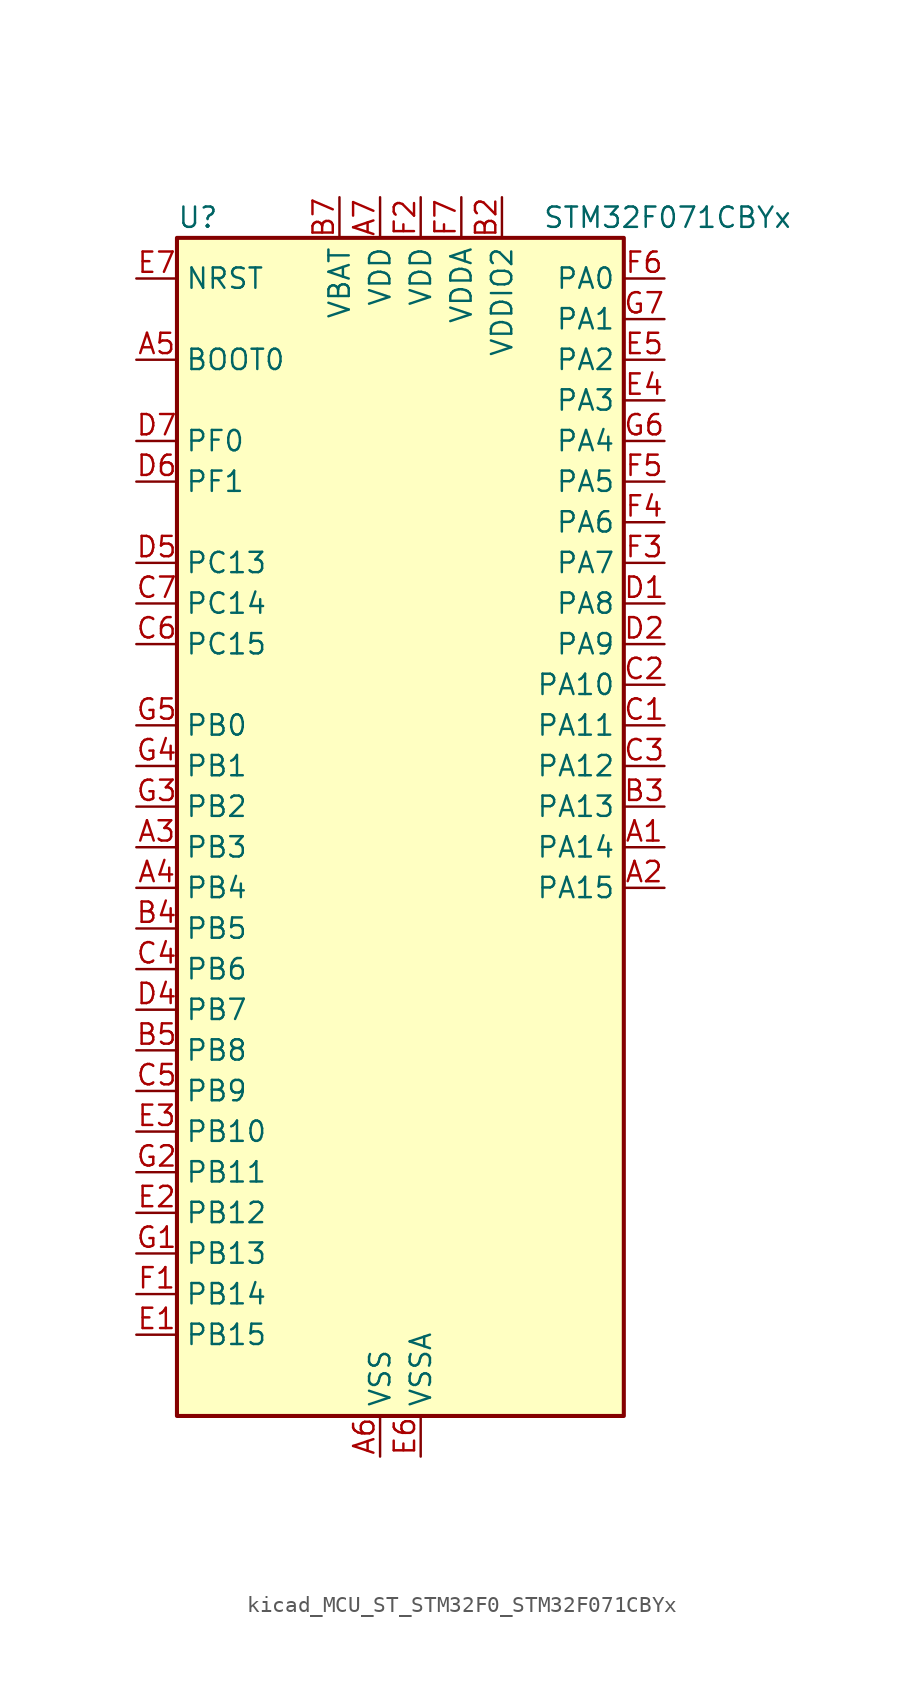
<source format=kicad_sym>
(kicad_symbol_lib
  (version 20220914)
  (generator kicad_symbol_editor)
  (symbol "kicad_MCU_ST_STM32F0_STM32F071CBYx"
    (property "Reference" "U"
      (at -12.7 39.37 0)
      (effects (font (size 1.27 1.27)) (justify left)))
    (property "Value" "STM32F071CBYx"
      (at 10.16 39.37 0)
      (effects (font (size 1.27 1.27)) (justify left)))
    (property "ki_locked" ""
      (at 0 0 0)
      (effects (font (size 1.27 1.27))))
    (symbol "kicad_MCU_ST_STM32F0_STM32F071CBYx_0_1"
      (rectangle (start -12.7 -35.56) (end 15.24 38.1) (stroke (width 0.254) (type default)) (fill (type background))))
    (symbol "kicad_MCU_ST_STM32F0_STM32F071CBYx_1_1"
      (pin bidirectional line (at 17.78 0 180) (length 2.54) (name "PA14" (effects (font (size 1.27 1.27)))) (number "A1" (effects (font (size 1.27 1.27)))) (alternate "SYS_SWCLK" bidirectional line) (alternate "USART2_TX" bidirectional line))
      (pin bidirectional line (at 17.78 -2.54 180) (length 2.54) (name "PA15" (effects (font (size 1.27 1.27)))) (number "A2" (effects (font (size 1.27 1.27)))) (alternate "I2S1_WS" bidirectional line) (alternate "SPI1_NSS" bidirectional line) (alternate "TIM2_CH1" bidirectional line) (alternate "TIM2_ETR" bidirectional line) (alternate "USART2_RX" bidirectional line) (alternate "USART4_DE" bidirectional line) (alternate "USART4_RTS" bidirectional line))
      (pin bidirectional line (at -15.24 0 0) (length 2.54) (name "PB3" (effects (font (size 1.27 1.27)))) (number "A3" (effects (font (size 1.27 1.27)))) (alternate "I2S1_CK" bidirectional line) (alternate "SPI1_SCK" bidirectional line) (alternate "TIM2_CH2" bidirectional line) (alternate "TSC_G5_IO1" bidirectional line))
      (pin bidirectional line (at -15.24 -2.54 0) (length 2.54) (name "PB4" (effects (font (size 1.27 1.27)))) (number "A4" (effects (font (size 1.27 1.27)))) (alternate "I2S1_MCK" bidirectional line) (alternate "SPI1_MISO" bidirectional line) (alternate "TIM17_BKIN" bidirectional line) (alternate "TIM3_CH1" bidirectional line) (alternate "TSC_G5_IO2" bidirectional line))
      (pin input line (at -15.24 30.48 0) (length 2.54) (name "BOOT0" (effects (font (size 1.27 1.27)))) (number "A5" (effects (font (size 1.27 1.27)))))
      (pin power_in line (at 0 -38.1 90) (length 2.54) (name "VSS" (effects (font (size 1.27 1.27)))) (number "A6" (effects (font (size 1.27 1.27)))))
      (pin power_in line (at 0 40.64 270) (length 2.54) (name "VDD" (effects (font (size 1.27 1.27)))) (number "A7" (effects (font (size 1.27 1.27)))))
      (pin passive line (at 0 -38.1 90) (length 2.54) hide (name "VSS" (effects (font (size 1.27 1.27)))) (number "B1" (effects (font (size 1.27 1.27)))))
      (pin power_in line (at 7.62 40.64 270) (length 2.54) (name "VDDIO2" (effects (font (size 1.27 1.27)))) (number "B2" (effects (font (size 1.27 1.27)))))
      (pin bidirectional line (at 17.78 2.54 180) (length 2.54) (name "PA13" (effects (font (size 1.27 1.27)))) (number "B3" (effects (font (size 1.27 1.27)))) (alternate "IR_OUT" bidirectional line) (alternate "SYS_SWDIO" bidirectional line))
      (pin bidirectional line (at -15.24 -5.08 0) (length 2.54) (name "PB5" (effects (font (size 1.27 1.27)))) (number "B4" (effects (font (size 1.27 1.27)))) (alternate "I2C1_SMBA" bidirectional line) (alternate "I2S1_SD" bidirectional line) (alternate "SPI1_MOSI" bidirectional line) (alternate "SYS_WKUP6" bidirectional line) (alternate "TIM16_BKIN" bidirectional line) (alternate "TIM3_CH2" bidirectional line))
      (pin bidirectional line (at -15.24 -12.7 0) (length 2.54) (name "PB8" (effects (font (size 1.27 1.27)))) (number "B5" (effects (font (size 1.27 1.27)))) (alternate "CEC" bidirectional line) (alternate "I2C1_SCL" bidirectional line) (alternate "TIM16_CH1" bidirectional line) (alternate "TSC_SYNC" bidirectional line))
      (pin no_connect line (at -12.7 -35.56 0) (length 2.54) hide (name "NC" (effects (font (size 1.27 1.27)))) (number "B6" (effects (font (size 1.27 1.27)))))
      (pin power_in line (at -2.54 40.64 270) (length 2.54) (name "VBAT" (effects (font (size 1.27 1.27)))) (number "B7" (effects (font (size 1.27 1.27)))))
      (pin bidirectional line (at 17.78 7.62 180) (length 2.54) (name "PA11" (effects (font (size 1.27 1.27)))) (number "C1" (effects (font (size 1.27 1.27)))) (alternate "COMP1_OUT" bidirectional line) (alternate "TIM1_CH4" bidirectional line) (alternate "TSC_G4_IO3" bidirectional line) (alternate "USART1_CTS" bidirectional line))
      (pin bidirectional line (at 17.78 10.16 180) (length 2.54) (name "PA10" (effects (font (size 1.27 1.27)))) (number "C2" (effects (font (size 1.27 1.27)))) (alternate "TIM17_BKIN" bidirectional line) (alternate "TIM1_CH3" bidirectional line) (alternate "TSC_G4_IO2" bidirectional line) (alternate "USART1_RX" bidirectional line))
      (pin bidirectional line (at 17.78 5.08 180) (length 2.54) (name "PA12" (effects (font (size 1.27 1.27)))) (number "C3" (effects (font (size 1.27 1.27)))) (alternate "COMP2_OUT" bidirectional line) (alternate "TIM1_ETR" bidirectional line) (alternate "TSC_G4_IO4" bidirectional line) (alternate "USART1_DE" bidirectional line) (alternate "USART1_RTS" bidirectional line))
      (pin bidirectional line (at -15.24 -7.62 0) (length 2.54) (name "PB6" (effects (font (size 1.27 1.27)))) (number "C4" (effects (font (size 1.27 1.27)))) (alternate "I2C1_SCL" bidirectional line) (alternate "TIM16_CH1N" bidirectional line) (alternate "TSC_G5_IO3" bidirectional line) (alternate "USART1_TX" bidirectional line))
      (pin bidirectional line (at -15.24 -15.24 0) (length 2.54) (name "PB9" (effects (font (size 1.27 1.27)))) (number "C5" (effects (font (size 1.27 1.27)))) (alternate "DAC_EXTI9" bidirectional line) (alternate "I2C1_SDA" bidirectional line) (alternate "I2S2_WS" bidirectional line) (alternate "IR_OUT" bidirectional line) (alternate "SPI2_NSS" bidirectional line) (alternate "TIM17_CH1" bidirectional line))
      (pin bidirectional line (at -15.24 12.7 0) (length 2.54) (name "PC15" (effects (font (size 1.27 1.27)))) (number "C6" (effects (font (size 1.27 1.27)))) (alternate "RCC_OSC32_OUT" bidirectional line))
      (pin bidirectional line (at -15.24 15.24 0) (length 2.54) (name "PC14" (effects (font (size 1.27 1.27)))) (number "C7" (effects (font (size 1.27 1.27)))) (alternate "RCC_OSC32_IN" bidirectional line))
      (pin bidirectional line (at 17.78 15.24 180) (length 2.54) (name "PA8" (effects (font (size 1.27 1.27)))) (number "D1" (effects (font (size 1.27 1.27)))) (alternate "CRS_SYNC" bidirectional line) (alternate "RCC_MCO" bidirectional line) (alternate "TIM1_CH1" bidirectional line) (alternate "USART1_CK" bidirectional line))
      (pin bidirectional line (at 17.78 12.7 180) (length 2.54) (name "PA9" (effects (font (size 1.27 1.27)))) (number "D2" (effects (font (size 1.27 1.27)))) (alternate "DAC_EXTI9" bidirectional line) (alternate "TIM15_BKIN" bidirectional line) (alternate "TIM1_CH2" bidirectional line) (alternate "TSC_G4_IO1" bidirectional line) (alternate "USART1_TX" bidirectional line))
      (pin passive line (at 0 -38.1 90) (length 2.54) hide (name "VSS" (effects (font (size 1.27 1.27)))) (number "D3" (effects (font (size 1.27 1.27)))))
      (pin bidirectional line (at -15.24 -10.16 0) (length 2.54) (name "PB7" (effects (font (size 1.27 1.27)))) (number "D4" (effects (font (size 1.27 1.27)))) (alternate "I2C1_SDA" bidirectional line) (alternate "TIM17_CH1N" bidirectional line) (alternate "TSC_G5_IO4" bidirectional line) (alternate "USART1_RX" bidirectional line) (alternate "USART4_CTS" bidirectional line))
      (pin bidirectional line (at -15.24 17.78 0) (length 2.54) (name "PC13" (effects (font (size 1.27 1.27)))) (number "D5" (effects (font (size 1.27 1.27)))) (alternate "RTC_OUT_ALARM" bidirectional line) (alternate "RTC_OUT_CALIB" bidirectional line) (alternate "RTC_TAMP1" bidirectional line) (alternate "RTC_TS" bidirectional line) (alternate "SYS_WKUP2" bidirectional line))
      (pin bidirectional line (at -15.24 22.86 0) (length 2.54) (name "PF1" (effects (font (size 1.27 1.27)))) (number "D6" (effects (font (size 1.27 1.27)))) (alternate "RCC_OSC_OUT" bidirectional line))
      (pin bidirectional line (at -15.24 25.4 0) (length 2.54) (name "PF0" (effects (font (size 1.27 1.27)))) (number "D7" (effects (font (size 1.27 1.27)))) (alternate "CRS_SYNC" bidirectional line) (alternate "RCC_OSC_IN" bidirectional line))
      (pin bidirectional line (at -15.24 -30.48 0) (length 2.54) (name "PB15" (effects (font (size 1.27 1.27)))) (number "E1" (effects (font (size 1.27 1.27)))) (alternate "I2S2_SD" bidirectional line) (alternate "RTC_REFIN" bidirectional line) (alternate "SPI2_MOSI" bidirectional line) (alternate "SYS_WKUP7" bidirectional line) (alternate "TIM15_CH1N" bidirectional line) (alternate "TIM15_CH2" bidirectional line) (alternate "TIM1_CH3N" bidirectional line))
      (pin bidirectional line (at -15.24 -22.86 0) (length 2.54) (name "PB12" (effects (font (size 1.27 1.27)))) (number "E2" (effects (font (size 1.27 1.27)))) (alternate "I2S2_WS" bidirectional line) (alternate "SPI2_NSS" bidirectional line) (alternate "TIM15_BKIN" bidirectional line) (alternate "TIM1_BKIN" bidirectional line) (alternate "TSC_G6_IO2" bidirectional line) (alternate "USART3_CK" bidirectional line))
      (pin bidirectional line (at -15.24 -17.78 0) (length 2.54) (name "PB10" (effects (font (size 1.27 1.27)))) (number "E3" (effects (font (size 1.27 1.27)))) (alternate "CEC" bidirectional line) (alternate "I2C2_SCL" bidirectional line) (alternate "I2S2_CK" bidirectional line) (alternate "SPI2_SCK" bidirectional line) (alternate "TIM2_CH3" bidirectional line) (alternate "TSC_SYNC" bidirectional line) (alternate "USART3_TX" bidirectional line))
      (pin bidirectional line (at 17.78 27.94 180) (length 2.54) (name "PA3" (effects (font (size 1.27 1.27)))) (number "E4" (effects (font (size 1.27 1.27)))) (alternate "ADC_IN3" bidirectional line) (alternate "COMP2_INP" bidirectional line) (alternate "TIM15_CH2" bidirectional line) (alternate "TIM2_CH4" bidirectional line) (alternate "TSC_G1_IO4" bidirectional line) (alternate "USART2_RX" bidirectional line))
      (pin bidirectional line (at 17.78 30.48 180) (length 2.54) (name "PA2" (effects (font (size 1.27 1.27)))) (number "E5" (effects (font (size 1.27 1.27)))) (alternate "ADC_IN2" bidirectional line) (alternate "COMP2_INM" bidirectional line) (alternate "COMP2_OUT" bidirectional line) (alternate "SYS_WKUP4" bidirectional line) (alternate "TIM15_CH1" bidirectional line) (alternate "TIM2_CH3" bidirectional line) (alternate "TSC_G1_IO3" bidirectional line) (alternate "USART2_TX" bidirectional line))
      (pin power_in line (at 2.54 -38.1 90) (length 2.54) (name "VSSA" (effects (font (size 1.27 1.27)))) (number "E6" (effects (font (size 1.27 1.27)))))
      (pin input line (at -15.24 35.56 0) (length 2.54) (name "NRST" (effects (font (size 1.27 1.27)))) (number "E7" (effects (font (size 1.27 1.27)))))
      (pin bidirectional line (at -15.24 -27.94 0) (length 2.54) (name "PB14" (effects (font (size 1.27 1.27)))) (number "F1" (effects (font (size 1.27 1.27)))) (alternate "I2C2_SDA" bidirectional line) (alternate "I2S2_MCK" bidirectional line) (alternate "SPI2_MISO" bidirectional line) (alternate "TIM15_CH1" bidirectional line) (alternate "TIM1_CH2N" bidirectional line) (alternate "TSC_G6_IO4" bidirectional line) (alternate "USART3_DE" bidirectional line) (alternate "USART3_RTS" bidirectional line))
      (pin power_in line (at 2.54 40.64 270) (length 2.54) (name "VDD" (effects (font (size 1.27 1.27)))) (number "F2" (effects (font (size 1.27 1.27)))))
      (pin bidirectional line (at 17.78 17.78 180) (length 2.54) (name "PA7" (effects (font (size 1.27 1.27)))) (number "F3" (effects (font (size 1.27 1.27)))) (alternate "ADC_IN7" bidirectional line) (alternate "COMP2_OUT" bidirectional line) (alternate "I2S1_SD" bidirectional line) (alternate "SPI1_MOSI" bidirectional line) (alternate "TIM14_CH1" bidirectional line) (alternate "TIM17_CH1" bidirectional line) (alternate "TIM1_CH1N" bidirectional line) (alternate "TIM3_CH2" bidirectional line) (alternate "TSC_G2_IO4" bidirectional line))
      (pin bidirectional line (at 17.78 20.32 180) (length 2.54) (name "PA6" (effects (font (size 1.27 1.27)))) (number "F4" (effects (font (size 1.27 1.27)))) (alternate "ADC_IN6" bidirectional line) (alternate "COMP1_OUT" bidirectional line) (alternate "I2S1_MCK" bidirectional line) (alternate "SPI1_MISO" bidirectional line) (alternate "TIM16_CH1" bidirectional line) (alternate "TIM1_BKIN" bidirectional line) (alternate "TIM3_CH1" bidirectional line) (alternate "TSC_G2_IO3" bidirectional line) (alternate "USART3_CTS" bidirectional line))
      (pin bidirectional line (at 17.78 22.86 180) (length 2.54) (name "PA5" (effects (font (size 1.27 1.27)))) (number "F5" (effects (font (size 1.27 1.27)))) (alternate "ADC_IN5" bidirectional line) (alternate "CEC" bidirectional line) (alternate "COMP1_INM" bidirectional line) (alternate "COMP2_INM" bidirectional line) (alternate "DAC_OUT2" bidirectional line) (alternate "I2S1_CK" bidirectional line) (alternate "SPI1_SCK" bidirectional line) (alternate "TIM2_CH1" bidirectional line) (alternate "TIM2_ETR" bidirectional line) (alternate "TSC_G2_IO2" bidirectional line))
      (pin bidirectional line (at 17.78 35.56 180) (length 2.54) (name "PA0" (effects (font (size 1.27 1.27)))) (number "F6" (effects (font (size 1.27 1.27)))) (alternate "ADC_IN0" bidirectional line) (alternate "COMP1_INM" bidirectional line) (alternate "COMP1_OUT" bidirectional line) (alternate "RTC_TAMP2" bidirectional line) (alternate "SYS_WKUP1" bidirectional line) (alternate "TIM2_CH1" bidirectional line) (alternate "TIM2_ETR" bidirectional line) (alternate "TSC_G1_IO1" bidirectional line) (alternate "USART2_CTS" bidirectional line) (alternate "USART4_TX" bidirectional line))
      (pin power_in line (at 5.08 40.64 270) (length 2.54) (name "VDDA" (effects (font (size 1.27 1.27)))) (number "F7" (effects (font (size 1.27 1.27)))))
      (pin bidirectional line (at -15.24 -25.4 0) (length 2.54) (name "PB13" (effects (font (size 1.27 1.27)))) (number "G1" (effects (font (size 1.27 1.27)))) (alternate "I2C2_SCL" bidirectional line) (alternate "I2S2_CK" bidirectional line) (alternate "SPI2_SCK" bidirectional line) (alternate "TIM1_CH1N" bidirectional line) (alternate "TSC_G6_IO3" bidirectional line) (alternate "USART3_CTS" bidirectional line))
      (pin bidirectional line (at -15.24 -20.32 0) (length 2.54) (name "PB11" (effects (font (size 1.27 1.27)))) (number "G2" (effects (font (size 1.27 1.27)))) (alternate "I2C2_SDA" bidirectional line) (alternate "TIM2_CH4" bidirectional line) (alternate "TSC_G6_IO1" bidirectional line) (alternate "USART3_RX" bidirectional line))
      (pin bidirectional line (at -15.24 2.54 0) (length 2.54) (name "PB2" (effects (font (size 1.27 1.27)))) (number "G3" (effects (font (size 1.27 1.27)))) (alternate "TSC_G3_IO4" bidirectional line))
      (pin bidirectional line (at -15.24 5.08 0) (length 2.54) (name "PB1" (effects (font (size 1.27 1.27)))) (number "G4" (effects (font (size 1.27 1.27)))) (alternate "ADC_IN9" bidirectional line) (alternate "TIM14_CH1" bidirectional line) (alternate "TIM1_CH3N" bidirectional line) (alternate "TIM3_CH4" bidirectional line) (alternate "TSC_G3_IO3" bidirectional line) (alternate "USART3_DE" bidirectional line) (alternate "USART3_RTS" bidirectional line))
      (pin bidirectional line (at -15.24 7.62 0) (length 2.54) (name "PB0" (effects (font (size 1.27 1.27)))) (number "G5" (effects (font (size 1.27 1.27)))) (alternate "ADC_IN8" bidirectional line) (alternate "TIM1_CH2N" bidirectional line) (alternate "TIM3_CH3" bidirectional line) (alternate "TSC_G3_IO2" bidirectional line) (alternate "USART3_CK" bidirectional line))
      (pin bidirectional line (at 17.78 25.4 180) (length 2.54) (name "PA4" (effects (font (size 1.27 1.27)))) (number "G6" (effects (font (size 1.27 1.27)))) (alternate "ADC_IN4" bidirectional line) (alternate "COMP1_INM" bidirectional line) (alternate "COMP2_INM" bidirectional line) (alternate "DAC_OUT1" bidirectional line) (alternate "I2S1_WS" bidirectional line) (alternate "SPI1_NSS" bidirectional line) (alternate "TIM14_CH1" bidirectional line) (alternate "TSC_G2_IO1" bidirectional line) (alternate "USART2_CK" bidirectional line))
      (pin bidirectional line (at 17.78 33.02 180) (length 2.54) (name "PA1" (effects (font (size 1.27 1.27)))) (number "G7" (effects (font (size 1.27 1.27)))) (alternate "ADC_IN1" bidirectional line) (alternate "COMP1_INP" bidirectional line) (alternate "TIM15_CH1N" bidirectional line) (alternate "TIM2_CH2" bidirectional line) (alternate "TSC_G1_IO2" bidirectional line) (alternate "USART2_DE" bidirectional line) (alternate "USART2_RTS" bidirectional line) (alternate "USART4_RX" bidirectional line)))))
</source>
